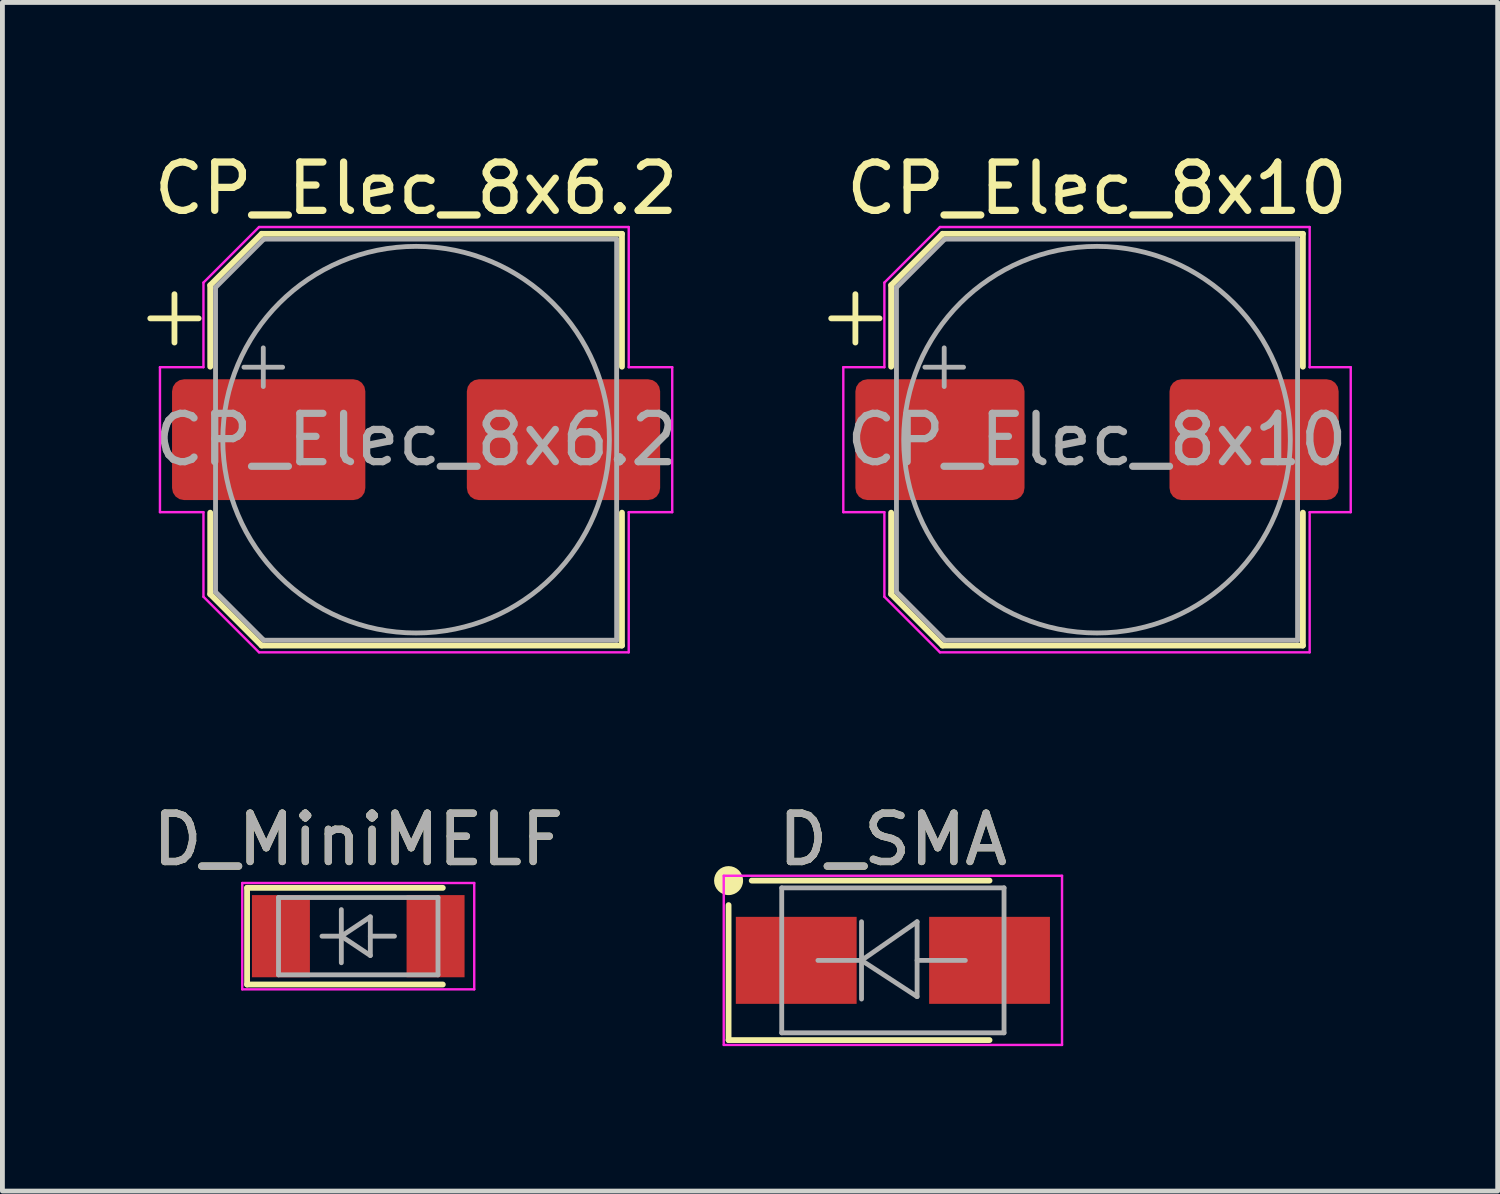
<source format=kicad_pcb>
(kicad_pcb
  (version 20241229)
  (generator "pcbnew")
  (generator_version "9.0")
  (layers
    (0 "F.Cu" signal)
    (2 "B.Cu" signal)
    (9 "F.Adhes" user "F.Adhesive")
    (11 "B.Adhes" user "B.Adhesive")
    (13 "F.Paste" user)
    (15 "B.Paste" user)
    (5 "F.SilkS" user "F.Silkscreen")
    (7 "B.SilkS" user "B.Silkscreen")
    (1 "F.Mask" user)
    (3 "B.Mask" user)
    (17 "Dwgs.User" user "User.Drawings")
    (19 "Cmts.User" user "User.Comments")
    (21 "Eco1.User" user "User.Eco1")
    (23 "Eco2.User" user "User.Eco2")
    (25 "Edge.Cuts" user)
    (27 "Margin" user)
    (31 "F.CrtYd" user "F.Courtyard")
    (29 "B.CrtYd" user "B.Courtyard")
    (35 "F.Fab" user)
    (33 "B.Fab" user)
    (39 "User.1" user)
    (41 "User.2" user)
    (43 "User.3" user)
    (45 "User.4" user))
  (footprint "CP_Elec_8x6.2"
    (layer "F.Cu")
    (at 5.56 6.048)
    (property "Reference" "CP_Elec_8x6.2" (at 0 -5.2 0) (layer "F.SilkS") (effects (font (size 1 1) (thickness 0.15))))
    (attr smd)
    (fp_line (start -5.5 -2.51) (end -4.5 -2.51) (stroke (width 0.12) (type solid)) (layer "F.SilkS"))
    (fp_line (start -5 -3.01) (end -5 -2.01) (stroke (width 0.12) (type solid)) (layer "F.SilkS"))
    (fp_line (start -4.26 -3.196) (end -4.26 -1.51) (stroke (width 0.12) (type solid)) (layer "F.SilkS"))
    (fp_line (start -4.26 -3.196) (end -3.196 -4.26) (stroke (width 0.12) (type solid)) (layer "F.SilkS"))
    (fp_line (start -4.26 3.196) (end -4.26 1.51) (stroke (width 0.12) (type solid)) (layer "F.SilkS"))
    (fp_line (start -4.26 3.196) (end -3.196 4.26) (stroke (width 0.12) (type solid)) (layer "F.SilkS"))
    (fp_line (start -3.196 -4.26) (end 4.26 -4.26) (stroke (width 0.12) (type solid)) (layer "F.SilkS"))
    (fp_line (start -3.196 4.26) (end 4.26 4.26) (stroke (width 0.12) (type solid)) (layer "F.SilkS"))
    (fp_line (start 4.26 -4.26) (end 4.26 -1.51) (stroke (width 0.12) (type solid)) (layer "F.SilkS"))
    (fp_line (start 4.26 4.26) (end 4.26 1.51) (stroke (width 0.12) (type solid)) (layer "F.SilkS"))
    (fp_line (start -5.3 -1.5) (end -5.3 1.5) (stroke (width 0.05) (type solid)) (layer "F.CrtYd"))
    (fp_line (start -5.3 1.5) (end -4.4 1.5) (stroke (width 0.05) (type solid)) (layer "F.CrtYd"))
    (fp_line (start -4.4 -3.25) (end -4.4 -1.5) (stroke (width 0.05) (type solid)) (layer "F.CrtYd"))
    (fp_line (start -4.4 -3.25) (end -3.25 -4.4) (stroke (width 0.05) (type solid)) (layer "F.CrtYd"))
    (fp_line (start -4.4 -1.5) (end -5.3 -1.5) (stroke (width 0.05) (type solid)) (layer "F.CrtYd"))
    (fp_line (start -4.4 1.5) (end -4.4 3.25) (stroke (width 0.05) (type solid)) (layer "F.CrtYd"))
    (fp_line (start -4.4 3.25) (end -3.25 4.4) (stroke (width 0.05) (type solid)) (layer "F.CrtYd"))
    (fp_line (start -3.25 -4.4) (end 4.4 -4.4) (stroke (width 0.05) (type solid)) (layer "F.CrtYd"))
    (fp_line (start -3.25 4.4) (end 4.4 4.4) (stroke (width 0.05) (type solid)) (layer "F.CrtYd"))
    (fp_line (start 4.4 -4.4) (end 4.4 -1.5) (stroke (width 0.05) (type solid)) (layer "F.CrtYd"))
    (fp_line (start 4.4 -1.5) (end 5.3 -1.5) (stroke (width 0.05) (type solid)) (layer "F.CrtYd"))
    (fp_line (start 4.4 1.5) (end 4.4 4.4) (stroke (width 0.05) (type solid)) (layer "F.CrtYd"))
    (fp_line (start 5.3 -1.5) (end 5.3 1.5) (stroke (width 0.05) (type solid)) (layer "F.CrtYd"))
    (fp_line (start 5.3 1.5) (end 4.4 1.5) (stroke (width 0.05) (type solid)) (layer "F.CrtYd"))
    (fp_line (start -4.15 -3.15) (end -4.15 3.15) (stroke (width 0.1) (type solid)) (layer "F.Fab"))
    (fp_line (start -4.15 -3.15) (end -3.15 -4.15) (stroke (width 0.1) (type solid)) (layer "F.Fab"))
    (fp_line (start -4.15 3.15) (end -3.15 4.15) (stroke (width 0.1) (type solid)) (layer "F.Fab"))
    (fp_line (start -3.562 -1.5) (end -2.762 -1.5) (stroke (width 0.1) (type solid)) (layer "F.Fab"))
    (fp_line (start -3.162 -1.9) (end -3.162 -1.1) (stroke (width 0.1) (type solid)) (layer "F.Fab"))
    (fp_line (start -3.15 -4.15) (end 4.15 -4.15) (stroke (width 0.1) (type solid)) (layer "F.Fab"))
    (fp_line (start -3.15 4.15) (end 4.15 4.15) (stroke (width 0.1) (type solid)) (layer "F.Fab"))
    (fp_line (start 4.15 -4.15) (end 4.15 4.15) (stroke (width 0.1) (type solid)) (layer "F.Fab"))
    (fp_circle (center 0 0) (end 4 0) (stroke (width 0.1) (type solid)) (fill no) (layer "F.Fab"))
    (fp_text user "${REFERENCE}" (at 0 0 0) (layer "F.Fab") (effects (font (size 1 1) (thickness 0.15))))
    (pad "1" smd roundrect (at -3.05 0) (size 4 2.5) (layers "F.Cu" "F.Mask" "F.Paste") (roundrect_rratio 0.1))
    (pad "2" smd roundrect (at 3.05 0) (size 4 2.5) (layers "F.Cu" "F.Mask" "F.Paste") (roundrect_rratio 0.1)))
  (footprint "D_SMA"
    (layer "F.Cu")
    (at 15.426 16.822)
    (property "Reference" "D_SMA" (at 0 -2.5 0) (layer "F.SilkS") (effects (font (size 1 1) (thickness 0.15))))
    (attr smd)
    (fp_line (start -3.4 -1.143) (end -3.4 1.65) (stroke (width 0.12) (type solid)) (layer "F.SilkS"))
    (fp_line (start -3.4 1.65) (end 2 1.65) (stroke (width 0.12) (type solid)) (layer "F.SilkS"))
    (fp_line (start -2.921 -1.65) (end 2 -1.65) (stroke (width 0.12) (type solid)) (layer "F.SilkS"))
    (fp_circle (center -3.4 -1.65) (end -3.15 -1.65) (stroke (width 0.1) (type solid)) (fill yes) (layer "F.SilkS"))
    (fp_line (start -3.5 -1.75) (end 3.5 -1.75) (stroke (width 0.05) (type solid)) (layer "F.CrtYd"))
    (fp_line (start -3.5 1.75) (end -3.5 -1.75) (stroke (width 0.05) (type solid)) (layer "F.CrtYd"))
    (fp_line (start 3.5 -1.75) (end 3.5 1.75) (stroke (width 0.05) (type solid)) (layer "F.CrtYd"))
    (fp_line (start 3.5 1.75) (end -3.5 1.75) (stroke (width 0.05) (type solid)) (layer "F.CrtYd"))
    (fp_line (start -2.3 1.5) (end -2.3 -1.5) (stroke (width 0.1) (type solid)) (layer "F.Fab"))
    (fp_line (start -0.649 -0.799) (end -0.649 0.801) (stroke (width 0.1) (type solid)) (layer "F.Fab"))
    (fp_line (start -0.649 0.001) (end -1.551 0.001) (stroke (width 0.1) (type solid)) (layer "F.Fab"))
    (fp_line (start -0.649 0.001) (end 0.501 -0.799) (stroke (width 0.1) (type solid)) (layer "F.Fab"))
    (fp_line (start -0.649 0.001) (end 0.501 0.75) (stroke (width 0.1) (type solid)) (layer "F.Fab"))
    (fp_line (start 0.501 0.001) (end 1.499 0.001) (stroke (width 0.1) (type solid)) (layer "F.Fab"))
    (fp_line (start 0.501 0.75) (end 0.501 -0.799) (stroke (width 0.1) (type solid)) (layer "F.Fab"))
    (fp_line (start 2.3 -1.5) (end -2.3 -1.5) (stroke (width 0.1) (type solid)) (layer "F.Fab"))
    (fp_line (start 2.3 -1.5) (end 2.3 1.5) (stroke (width 0.1) (type solid)) (layer "F.Fab"))
    (fp_line (start 2.3 1.5) (end -2.3 1.5) (stroke (width 0.1) (type solid)) (layer "F.Fab"))
    (fp_text user "${REFERENCE}" (at 0 -2.5 0) (layer "F.Fab") (effects (font (size 1 1) (thickness 0.15))))
    (pad "1" smd rect (at -2 0) (size 2.5 1.8) (layers "F.Cu" "F.Mask" "F.Paste"))
    (pad "2" smd rect (at 2 0) (size 2.5 1.8) (layers "F.Cu" "F.Mask" "F.Paste")))
  (footprint "D_MiniMELF"
    (layer "F.Cu")
    (at 4.363 16.322)
    (property "Reference" "D_MiniMELF" (at 0 -2 0) (layer "F.SilkS") (effects (font (size 1 1) (thickness 0.15))))
    (attr smd)
    (fp_line (start -2.3 -1) (end -2.3 1) (stroke (width 0.12) (type solid)) (layer "F.SilkS"))
    (fp_line (start -2.3 1) (end 1.75 1) (stroke (width 0.12) (type solid)) (layer "F.SilkS"))
    (fp_line (start 1.75 -1) (end -2.3 -1) (stroke (width 0.12) (type solid)) (layer "F.SilkS"))
    (fp_line (start -2.4 -1.1) (end 2.4 -1.1) (stroke (width 0.05) (type solid)) (layer "F.CrtYd"))
    (fp_line (start -2.4 1.1) (end -2.4 -1.1) (stroke (width 0.05) (type solid)) (layer "F.CrtYd"))
    (fp_line (start 2.4 -1.1) (end 2.4 1.1) (stroke (width 0.05) (type solid)) (layer "F.CrtYd"))
    (fp_line (start 2.4 1.1) (end -2.4 1.1) (stroke (width 0.05) (type solid)) (layer "F.CrtYd"))
    (fp_line (start -1.65 -0.8) (end 1.65 -0.8) (stroke (width 0.1) (type solid)) (layer "F.Fab"))
    (fp_line (start -1.65 0.8) (end -1.65 -0.8) (stroke (width 0.1) (type solid)) (layer "F.Fab"))
    (fp_line (start -0.75 0) (end -0.35 0) (stroke (width 0.1) (type solid)) (layer "F.Fab"))
    (fp_line (start -0.35 0) (end -0.35 -0.55) (stroke (width 0.1) (type solid)) (layer "F.Fab"))
    (fp_line (start -0.35 0) (end -0.35 0.55) (stroke (width 0.1) (type solid)) (layer "F.Fab"))
    (fp_line (start -0.35 0) (end 0.25 -0.4) (stroke (width 0.1) (type solid)) (layer "F.Fab"))
    (fp_line (start 0.25 -0.4) (end 0.25 0.4) (stroke (width 0.1) (type solid)) (layer "F.Fab"))
    (fp_line (start 0.25 0) (end 0.75 0) (stroke (width 0.1) (type solid)) (layer "F.Fab"))
    (fp_line (start 0.25 0.4) (end -0.35 0) (stroke (width 0.1) (type solid)) (layer "F.Fab"))
    (fp_line (start 1.65 -0.8) (end 1.65 0.8) (stroke (width 0.1) (type solid)) (layer "F.Fab"))
    (fp_line (start 1.65 0.8) (end -1.65 0.8) (stroke (width 0.1) (type solid)) (layer "F.Fab"))
    (fp_text user "${REFERENCE}" (at 0 -2 0) (layer "F.Fab") (effects (font (size 1 1) (thickness 0.15))))
    (pad "1" smd rect (at -1.6 0) (size 1.2 1.7) (layers "F.Cu" "F.Mask" "F.Paste"))
    (pad "2" smd rect (at 1.6 0) (size 1.2 1.7) (layers "F.Cu" "F.Mask" "F.Paste")))
  (footprint "CP_Elec_8x10"
    (layer "F.Cu")
    (at 19.65 6.048)
    (property "Reference" "CP_Elec_8x10" (at 0 -5.2 0) (layer "F.SilkS") (effects (font (size 1 1) (thickness 0.15))))
    (attr smd)
    (fp_line (start -5.5 -2.51) (end -4.5 -2.51) (stroke (width 0.12) (type solid)) (layer "F.SilkS"))
    (fp_line (start -5 -3.01) (end -5 -2.01) (stroke (width 0.12) (type solid)) (layer "F.SilkS"))
    (fp_line (start -4.26 -3.196) (end -4.26 -1.51) (stroke (width 0.12) (type solid)) (layer "F.SilkS"))
    (fp_line (start -4.26 -3.196) (end -3.196 -4.26) (stroke (width 0.12) (type solid)) (layer "F.SilkS"))
    (fp_line (start -4.26 3.196) (end -4.26 1.51) (stroke (width 0.12) (type solid)) (layer "F.SilkS"))
    (fp_line (start -4.26 3.196) (end -3.196 4.26) (stroke (width 0.12) (type solid)) (layer "F.SilkS"))
    (fp_line (start -3.196 -4.26) (end 4.26 -4.26) (stroke (width 0.12) (type solid)) (layer "F.SilkS"))
    (fp_line (start -3.196 4.26) (end 4.26 4.26) (stroke (width 0.12) (type solid)) (layer "F.SilkS"))
    (fp_line (start 4.26 -4.26) (end 4.26 -1.51) (stroke (width 0.12) (type solid)) (layer "F.SilkS"))
    (fp_line (start 4.26 4.26) (end 4.26 1.51) (stroke (width 0.12) (type solid)) (layer "F.SilkS"))
    (fp_line (start -5.25 -1.5) (end -5.25 1.5) (stroke (width 0.05) (type solid)) (layer "F.CrtYd"))
    (fp_line (start -5.25 1.5) (end -4.4 1.5) (stroke (width 0.05) (type solid)) (layer "F.CrtYd"))
    (fp_line (start -4.4 -3.25) (end -4.4 -1.5) (stroke (width 0.05) (type solid)) (layer "F.CrtYd"))
    (fp_line (start -4.4 -3.25) (end -3.25 -4.4) (stroke (width 0.05) (type solid)) (layer "F.CrtYd"))
    (fp_line (start -4.4 -1.5) (end -5.25 -1.5) (stroke (width 0.05) (type solid)) (layer "F.CrtYd"))
    (fp_line (start -4.4 1.5) (end -4.4 3.25) (stroke (width 0.05) (type solid)) (layer "F.CrtYd"))
    (fp_line (start -4.4 3.25) (end -3.25 4.4) (stroke (width 0.05) (type solid)) (layer "F.CrtYd"))
    (fp_line (start -3.25 -4.4) (end 4.4 -4.4) (stroke (width 0.05) (type solid)) (layer "F.CrtYd"))
    (fp_line (start -3.25 4.4) (end 4.4 4.4) (stroke (width 0.05) (type solid)) (layer "F.CrtYd"))
    (fp_line (start 4.4 -4.4) (end 4.4 -1.5) (stroke (width 0.05) (type solid)) (layer "F.CrtYd"))
    (fp_line (start 4.4 -1.5) (end 5.25 -1.5) (stroke (width 0.05) (type solid)) (layer "F.CrtYd"))
    (fp_line (start 4.4 1.5) (end 4.4 4.4) (stroke (width 0.05) (type solid)) (layer "F.CrtYd"))
    (fp_line (start 5.25 -1.5) (end 5.25 1.5) (stroke (width 0.05) (type solid)) (layer "F.CrtYd"))
    (fp_line (start 5.25 1.5) (end 4.4 1.5) (stroke (width 0.05) (type solid)) (layer "F.CrtYd"))
    (fp_line (start -4.15 -3.15) (end -4.15 3.15) (stroke (width 0.1) (type solid)) (layer "F.Fab"))
    (fp_line (start -4.15 -3.15) (end -3.15 -4.15) (stroke (width 0.1) (type solid)) (layer "F.Fab"))
    (fp_line (start -4.15 3.15) (end -3.15 4.15) (stroke (width 0.1) (type solid)) (layer "F.Fab"))
    (fp_line (start -3.562 -1.5) (end -2.762 -1.5) (stroke (width 0.1) (type solid)) (layer "F.Fab"))
    (fp_line (start -3.162 -1.9) (end -3.162 -1.1) (stroke (width 0.1) (type solid)) (layer "F.Fab"))
    (fp_line (start -3.15 -4.15) (end 4.15 -4.15) (stroke (width 0.1) (type solid)) (layer "F.Fab"))
    (fp_line (start -3.15 4.15) (end 4.15 4.15) (stroke (width 0.1) (type solid)) (layer "F.Fab"))
    (fp_line (start 4.15 -4.15) (end 4.15 4.15) (stroke (width 0.1) (type solid)) (layer "F.Fab"))
    (fp_circle (center 0 0) (end 4 0) (stroke (width 0.1) (type solid)) (fill no) (layer "F.Fab"))
    (fp_text user "${REFERENCE}" (at 0 0 0) (layer "F.Fab") (effects (font (size 1 1) (thickness 0.15))))
    (pad "1" smd roundrect (at -3.25 0) (size 3.5 2.5) (layers "F.Cu" "F.Mask" "F.Paste") (roundrect_rratio 0.1))
    (pad "2" smd roundrect (at 3.25 0) (size 3.5 2.5) (layers "F.Cu" "F.Mask" "F.Paste") (roundrect_rratio 0.1)))
  (gr_rect
    (start -3 -3)
    (end 27.941 21.596)
    (stroke (width 0.1) (type default))
    (fill no)
    (layer "Edge.Cuts")))
</source>
